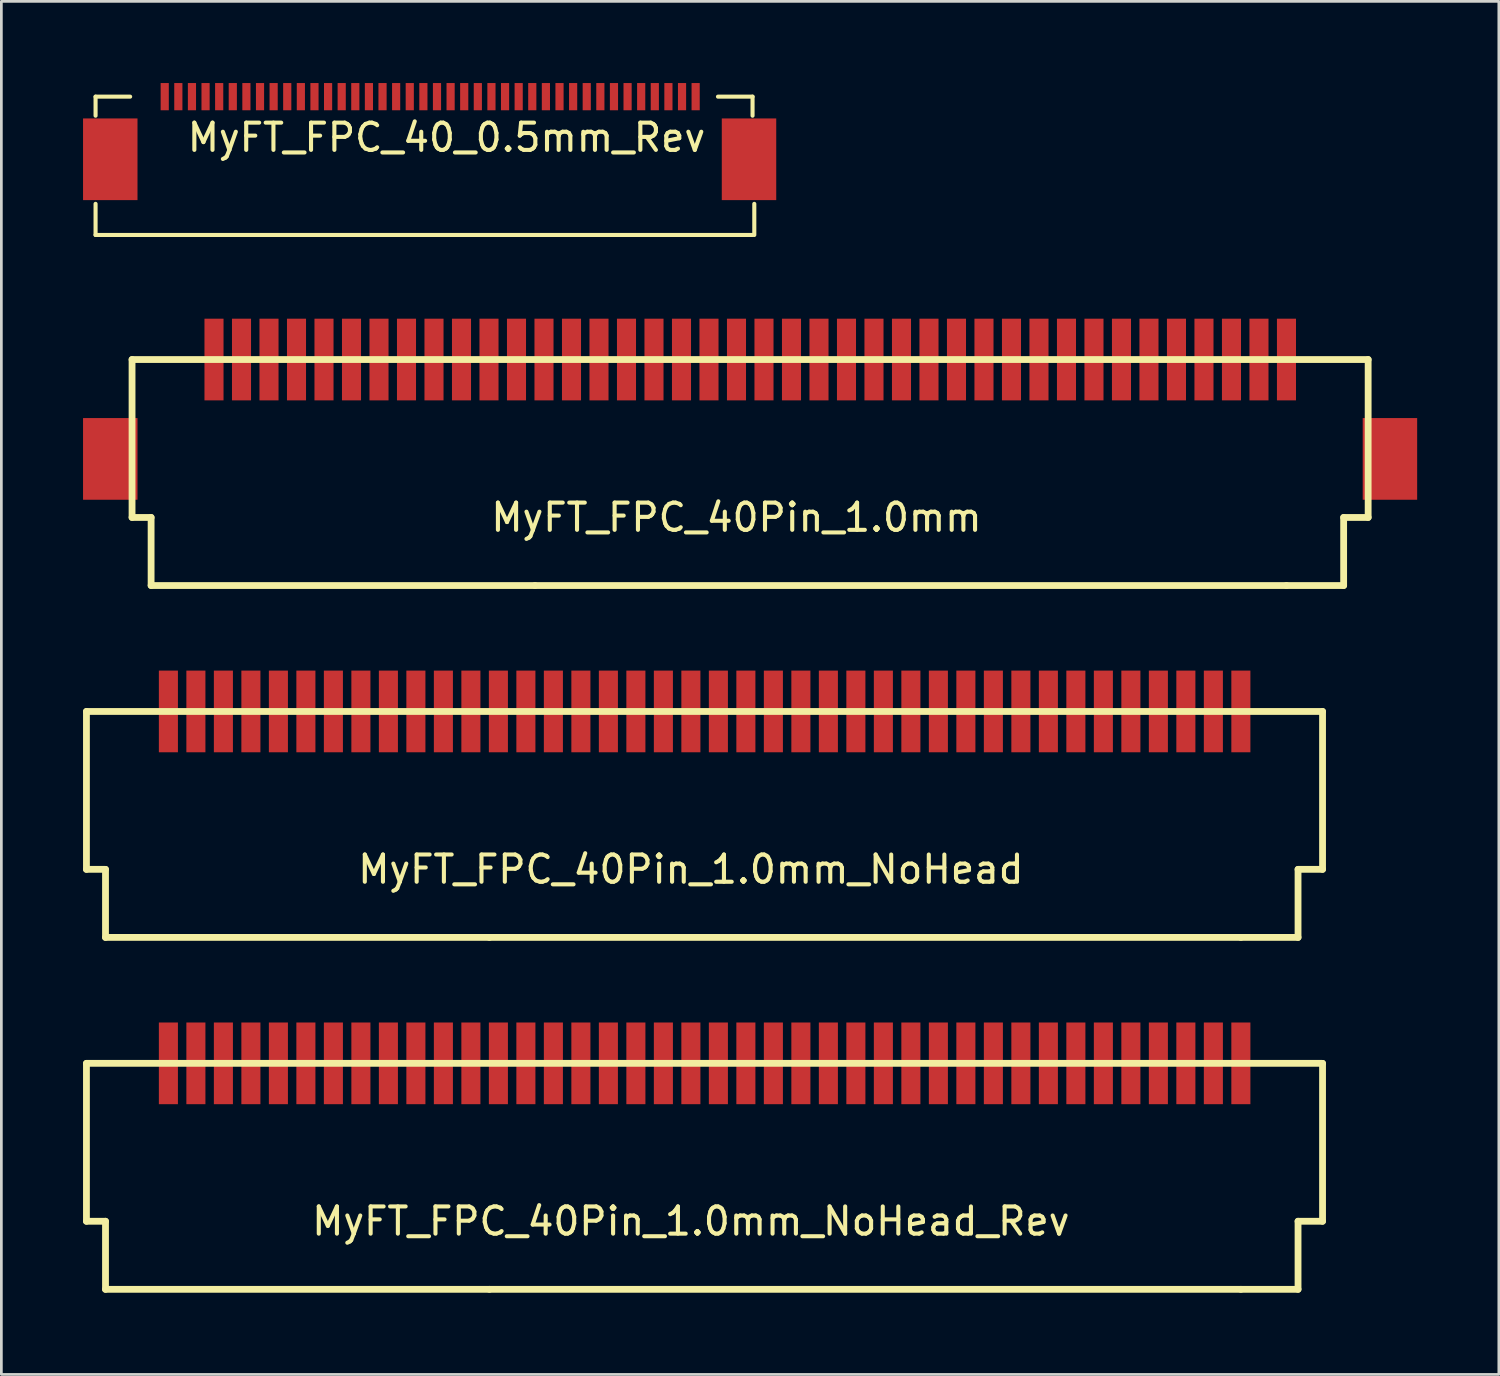
<source format=kicad_pcb>
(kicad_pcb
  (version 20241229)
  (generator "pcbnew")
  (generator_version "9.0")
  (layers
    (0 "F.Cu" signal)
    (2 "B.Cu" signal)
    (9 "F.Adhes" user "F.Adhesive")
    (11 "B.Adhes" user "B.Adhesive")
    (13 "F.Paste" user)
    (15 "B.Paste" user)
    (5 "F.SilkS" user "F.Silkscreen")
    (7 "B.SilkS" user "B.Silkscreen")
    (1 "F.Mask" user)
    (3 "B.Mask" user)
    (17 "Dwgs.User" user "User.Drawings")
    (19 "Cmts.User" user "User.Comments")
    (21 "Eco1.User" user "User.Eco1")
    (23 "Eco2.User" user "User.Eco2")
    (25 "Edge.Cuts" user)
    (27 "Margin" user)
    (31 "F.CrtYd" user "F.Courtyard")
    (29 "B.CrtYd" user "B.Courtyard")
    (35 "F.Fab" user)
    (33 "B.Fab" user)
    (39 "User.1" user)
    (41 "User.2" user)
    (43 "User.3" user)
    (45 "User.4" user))
  (footprint "MyFT_FPC_40Pin_1.0mm_NoHead_Rev"
    (layer "F.Cu")
    (at 22.325 36.005)
    (property "Reference" "MyFT_FPC_40Pin_1.0mm_NoHead_Rev" (at 0 5.8 0) (layer "F.SilkS") (effects (font (size 1 1) (thickness 0.15))))
    (attr through_hole)
    (fp_line (start -22.2 0) (end -22.2 5.8) (stroke (width 0.25) (type solid)) (layer "F.SilkS"))
    (fp_line (start -22.2 5.8) (end -21.5 5.8) (stroke (width 0.25) (type solid)) (layer "F.SilkS"))
    (fp_line (start -21.5 5.8) (end -21.5 8.3) (stroke (width 0.25) (type solid)) (layer "F.SilkS"))
    (fp_line (start -21.5 8.3) (end -7.4 8.3) (stroke (width 0.25) (type solid)) (layer "F.SilkS"))
    (fp_line (start -7.4 8.3) (end 20.2 8.3) (stroke (width 0.25) (type solid)) (layer "F.SilkS"))
    (fp_line (start 20.2 8.3) (end 22.3 8.3) (stroke (width 0.25) (type solid)) (layer "F.SilkS"))
    (fp_line (start 22.3 5.8) (end 23.2 5.8) (stroke (width 0.25) (type solid)) (layer "F.SilkS"))
    (fp_line (start 22.3 8.3) (end 22.3 5.8) (stroke (width 0.25) (type solid)) (layer "F.SilkS"))
    (fp_line (start 23.2 0) (end -22.2 0) (stroke (width 0.25) (type solid)) (layer "F.SilkS"))
    (fp_line (start 23.2 5.8) (end 23.2 0) (stroke (width 0.25) (type solid)) (layer "F.SilkS"))
    (pad "1" connect rect (at 20.2 0) (size 0.7 3) (layers "F.Cu" "F.Mask"))
    (pad "2" connect rect (at 19.19 0) (size 0.7 3) (layers "F.Cu" "F.Mask"))
    (pad "3" connect rect (at 18.18 0) (size 0.7 3) (layers "F.Cu" "F.Mask"))
    (pad "4" connect rect (at 17.17 0) (size 0.7 3) (layers "F.Cu" "F.Mask"))
    (pad "5" connect rect (at 16.16 0) (size 0.7 3) (layers "F.Cu" "F.Mask"))
    (pad "6" connect rect (at 15.15 0) (size 0.7 3) (layers "F.Cu" "F.Mask"))
    (pad "7" connect rect (at 14.14 0) (size 0.7 3) (layers "F.Cu" "F.Mask"))
    (pad "8" connect rect (at 13.13 0) (size 0.7 3) (layers "F.Cu" "F.Mask"))
    (pad "9" connect rect (at 12.12 0) (size 0.7 3) (layers "F.Cu" "F.Mask"))
    (pad "10" connect rect (at 11.11 0) (size 0.7 3) (layers "F.Cu" "F.Mask"))
    (pad "11" connect rect (at 10.1 0) (size 0.7 3) (layers "F.Cu" "F.Mask"))
    (pad "12" connect rect (at 9.09 0) (size 0.7 3) (layers "F.Cu" "F.Mask"))
    (pad "13" connect rect (at 8.08 0) (size 0.7 3) (layers "F.Cu" "F.Mask"))
    (pad "14" connect rect (at 7.07 0) (size 0.7 3) (layers "F.Cu" "F.Mask"))
    (pad "15" connect rect (at 6.06 0) (size 0.7 3) (layers "F.Cu" "F.Mask"))
    (pad "16" connect rect (at 5.05 0) (size 0.7 3) (layers "F.Cu" "F.Mask"))
    (pad "17" connect rect (at 4.04 0) (size 0.7 3) (layers "F.Cu" "F.Mask"))
    (pad "18" connect rect (at 3.03 0) (size 0.7 3) (layers "F.Cu" "F.Mask"))
    (pad "19" connect rect (at 2.02 0) (size 0.7 3) (layers "F.Cu" "F.Mask"))
    (pad "20" connect rect (at 1.01 0) (size 0.7 3) (layers "F.Cu" "F.Mask"))
    (pad "21" connect rect (at 0 0) (size 0.7 3) (layers "F.Cu" "F.Mask"))
    (pad "22" connect rect (at -1.01 0) (size 0.7 3) (layers "F.Cu" "F.Mask"))
    (pad "23" connect rect (at -2.02 0) (size 0.7 3) (layers "F.Cu" "F.Mask"))
    (pad "24" connect rect (at -3.03 0) (size 0.7 3) (layers "F.Cu" "F.Mask"))
    (pad "25" connect rect (at -4.04 0) (size 0.7 3) (layers "F.Cu" "F.Mask"))
    (pad "26" connect rect (at -5.05 0) (size 0.7 3) (layers "F.Cu" "F.Mask"))
    (pad "27" connect rect (at -6.06 0) (size 0.7 3) (layers "F.Cu" "F.Mask"))
    (pad "28" connect rect (at -7.07 0) (size 0.7 3) (layers "F.Cu" "F.Mask"))
    (pad "29" connect rect (at -8.08 0) (size 0.7 3) (layers "F.Cu" "F.Mask"))
    (pad "30" connect rect (at -9.09 0) (size 0.7 3) (layers "F.Cu" "F.Mask"))
    (pad "31" connect rect (at -10.1 0) (size 0.7 3) (layers "F.Cu" "F.Mask"))
    (pad "32" connect rect (at -11.11 0) (size 0.7 3) (layers "F.Cu" "F.Mask"))
    (pad "33" connect rect (at -12.12 0) (size 0.7 3) (layers "F.Cu" "F.Mask"))
    (pad "34" connect rect (at -13.13 0) (size 0.7 3) (layers "F.Cu" "F.Mask"))
    (pad "35" connect rect (at -14.14 0) (size 0.7 3) (layers "F.Cu" "F.Mask"))
    (pad "36" connect rect (at -15.15 0) (size 0.7 3) (layers "F.Cu" "F.Mask"))
    (pad "37" connect rect (at -16.16 0) (size 0.7 3) (layers "F.Cu" "F.Mask"))
    (pad "38" connect rect (at -17.17 0) (size 0.7 3) (layers "F.Cu" "F.Mask"))
    (pad "39" connect rect (at -18.18 0) (size 0.7 3) (layers "F.Cu" "F.Mask"))
    (pad "40" connect rect (at -19.19 0) (size 0.7 3) (layers "F.Cu" "F.Mask")))
  (footprint "MyFT_FPC_40Pin_1.0mm_NoHead"
    (layer "F.Cu")
    (at 22.325 23.08)
    (property "Reference" "MyFT_FPC_40Pin_1.0mm_NoHead" (at 0 5.8 0) (layer "F.SilkS") (effects (font (size 1 1) (thickness 0.15))))
    (attr through_hole)
    (fp_line (start -22.2 0) (end -22.2 5.8) (stroke (width 0.25) (type solid)) (layer "F.SilkS"))
    (fp_line (start -22.2 5.8) (end -21.5 5.8) (stroke (width 0.25) (type solid)) (layer "F.SilkS"))
    (fp_line (start -21.5 5.8) (end -21.5 8.3) (stroke (width 0.25) (type solid)) (layer "F.SilkS"))
    (fp_line (start -21.5 8.3) (end -7.4 8.3) (stroke (width 0.25) (type solid)) (layer "F.SilkS"))
    (fp_line (start -7.4 8.3) (end 20.2 8.3) (stroke (width 0.25) (type solid)) (layer "F.SilkS"))
    (fp_line (start 20.2 8.3) (end 22.3 8.3) (stroke (width 0.25) (type solid)) (layer "F.SilkS"))
    (fp_line (start 22.3 5.8) (end 23.2 5.8) (stroke (width 0.25) (type solid)) (layer "F.SilkS"))
    (fp_line (start 22.3 8.3) (end 22.3 5.8) (stroke (width 0.25) (type solid)) (layer "F.SilkS"))
    (fp_line (start 23.2 0) (end -22.2 0) (stroke (width 0.25) (type solid)) (layer "F.SilkS"))
    (fp_line (start 23.2 5.8) (end 23.2 0) (stroke (width 0.25) (type solid)) (layer "F.SilkS"))
    (pad "1" connect rect (at 20.2 0) (size 0.7 3) (layers "F.Cu" "F.Mask"))
    (pad "2" connect rect (at 19.19 0) (size 0.7 3) (layers "F.Cu" "F.Mask"))
    (pad "3" connect rect (at 18.18 0) (size 0.7 3) (layers "F.Cu" "F.Mask"))
    (pad "4" connect rect (at 17.17 0) (size 0.7 3) (layers "F.Cu" "F.Mask"))
    (pad "5" connect rect (at 16.16 0) (size 0.7 3) (layers "F.Cu" "F.Mask"))
    (pad "6" connect rect (at 15.15 0) (size 0.7 3) (layers "F.Cu" "F.Mask"))
    (pad "7" connect rect (at 14.14 0) (size 0.7 3) (layers "F.Cu" "F.Mask"))
    (pad "8" connect rect (at 13.13 0) (size 0.7 3) (layers "F.Cu" "F.Mask"))
    (pad "9" connect rect (at 12.12 0) (size 0.7 3) (layers "F.Cu" "F.Mask"))
    (pad "10" connect rect (at 11.11 0) (size 0.7 3) (layers "F.Cu" "F.Mask"))
    (pad "11" connect rect (at 10.1 0) (size 0.7 3) (layers "F.Cu" "F.Mask"))
    (pad "12" connect rect (at 9.09 0) (size 0.7 3) (layers "F.Cu" "F.Mask"))
    (pad "13" connect rect (at 8.08 0) (size 0.7 3) (layers "F.Cu" "F.Mask"))
    (pad "14" connect rect (at 7.07 0) (size 0.7 3) (layers "F.Cu" "F.Mask"))
    (pad "15" connect rect (at 6.06 0) (size 0.7 3) (layers "F.Cu" "F.Mask"))
    (pad "16" connect rect (at 5.05 0) (size 0.7 3) (layers "F.Cu" "F.Mask"))
    (pad "17" connect rect (at 4.04 0) (size 0.7 3) (layers "F.Cu" "F.Mask"))
    (pad "18" connect rect (at 3.03 0) (size 0.7 3) (layers "F.Cu" "F.Mask"))
    (pad "19" connect rect (at 2.02 0) (size 0.7 3) (layers "F.Cu" "F.Mask"))
    (pad "20" connect rect (at 1.01 0) (size 0.7 3) (layers "F.Cu" "F.Mask"))
    (pad "21" connect rect (at 0 0) (size 0.7 3) (layers "F.Cu" "F.Mask"))
    (pad "22" connect rect (at -1.01 0) (size 0.7 3) (layers "F.Cu" "F.Mask"))
    (pad "23" connect rect (at -2.02 0) (size 0.7 3) (layers "F.Cu" "F.Mask"))
    (pad "24" connect rect (at -3.03 0) (size 0.7 3) (layers "F.Cu" "F.Mask"))
    (pad "25" connect rect (at -4.04 0) (size 0.7 3) (layers "F.Cu" "F.Mask"))
    (pad "26" connect rect (at -5.05 0) (size 0.7 3) (layers "F.Cu" "F.Mask"))
    (pad "27" connect rect (at -6.06 0) (size 0.7 3) (layers "F.Cu" "F.Mask"))
    (pad "28" connect rect (at -7.07 0) (size 0.7 3) (layers "F.Cu" "F.Mask"))
    (pad "29" connect rect (at -8.08 0) (size 0.7 3) (layers "F.Cu" "F.Mask"))
    (pad "30" connect rect (at -9.09 0) (size 0.7 3) (layers "F.Cu" "F.Mask"))
    (pad "31" connect rect (at -10.1 0) (size 0.7 3) (layers "F.Cu" "F.Mask"))
    (pad "32" connect rect (at -11.11 0) (size 0.7 3) (layers "F.Cu" "F.Mask"))
    (pad "33" connect rect (at -12.12 0) (size 0.7 3) (layers "F.Cu" "F.Mask"))
    (pad "34" connect rect (at -13.13 0) (size 0.7 3) (layers "F.Cu" "F.Mask"))
    (pad "35" connect rect (at -14.14 0) (size 0.7 3) (layers "F.Cu" "F.Mask"))
    (pad "36" connect rect (at -15.15 0) (size 0.7 3) (layers "F.Cu" "F.Mask"))
    (pad "37" connect rect (at -16.16 0) (size 0.7 3) (layers "F.Cu" "F.Mask"))
    (pad "38" connect rect (at -17.17 0) (size 0.7 3) (layers "F.Cu" "F.Mask"))
    (pad "39" connect rect (at -18.18 0) (size 0.7 3) (layers "F.Cu" "F.Mask"))
    (pad "40" connect rect (at -19.19 0) (size 0.7 3) (layers "F.Cu" "F.Mask")))
  (footprint "MyFT_FPC_40_0.5mm_Rev"
    (layer "F.Cu")
    (at 3 0.5)
    (property "Reference" "MyFT_FPC_40_0.5mm_Rev" (at 10.35 1.5 0) (layer "F.SilkS") (effects (font (size 1 1) (thickness 0.15))))
    (attr through_hole)
    (fp_line (start -2.54 0) (end -2.54 0.7) (stroke (width 0.15) (type solid)) (layer "F.SilkS"))
    (fp_line (start -2.54 3.937) (end -2.54 5.08) (stroke (width 0.15) (type solid)) (layer "F.SilkS"))
    (fp_line (start -2.54 5.08) (end 21.59 5.08) (stroke (width 0.15) (type solid)) (layer "F.SilkS"))
    (fp_line (start -1.27 0) (end -2.54 0) (stroke (width 0.15) (type solid)) (layer "F.SilkS"))
    (fp_line (start 21.59 0) (end 20.32 0) (stroke (width 0.15) (type solid)) (layer "F.SilkS"))
    (fp_line (start 21.59 0.7) (end 21.59 0) (stroke (width 0.15) (type solid)) (layer "F.SilkS"))
    (fp_line (start 21.654 5.08) (end 21.654 3.937) (stroke (width 0.15) (type solid)) (layer "F.SilkS"))
    (pad "1" smd trapezoid (at 0 0) (size 0.3 1) (layers "F.Cu" "F.Mask" "F.Paste"))
    (pad "2" smd trapezoid (at 0.5 0) (size 0.3 1) (layers "F.Cu" "F.Mask" "F.Paste"))
    (pad "3" smd trapezoid (at 1 0) (size 0.3 1) (layers "F.Cu" "F.Mask" "F.Paste"))
    (pad "4" smd trapezoid (at 1.5 0) (size 0.3 1) (layers "F.Cu" "F.Mask" "F.Paste"))
    (pad "5" smd trapezoid (at 2 0) (size 0.3 1) (layers "F.Cu" "F.Mask" "F.Paste"))
    (pad "6" smd trapezoid (at 2.5 0) (size 0.3 1) (layers "F.Cu" "F.Mask" "F.Paste"))
    (pad "7" smd trapezoid (at 3 0) (size 0.3 1) (layers "F.Cu" "F.Mask" "F.Paste"))
    (pad "8" smd trapezoid (at 3.5 0) (size 0.3 1) (layers "F.Cu" "F.Mask" "F.Paste"))
    (pad "9" smd trapezoid (at 4 0) (size 0.3 1) (layers "F.Cu" "F.Mask" "F.Paste"))
    (pad "10" smd trapezoid (at 4.5 0) (size 0.3 1) (layers "F.Cu" "F.Mask" "F.Paste"))
    (pad "11" smd trapezoid (at 5 0) (size 0.3 1) (layers "F.Cu" "F.Mask" "F.Paste"))
    (pad "12" smd trapezoid (at 5.5 0) (size 0.3 1) (layers "F.Cu" "F.Mask" "F.Paste"))
    (pad "13" smd trapezoid (at 6 0) (size 0.3 1) (layers "F.Cu" "F.Mask" "F.Paste"))
    (pad "14" smd trapezoid (at 6.5 0) (size 0.3 1) (layers "F.Cu" "F.Mask" "F.Paste"))
    (pad "15" smd trapezoid (at 7 0) (size 0.3 1) (layers "F.Cu" "F.Mask" "F.Paste"))
    (pad "16" smd trapezoid (at 7.5 0) (size 0.3 1) (layers "F.Cu" "F.Mask" "F.Paste"))
    (pad "17" smd trapezoid (at 8 0) (size 0.3 1) (layers "F.Cu" "F.Mask" "F.Paste"))
    (pad "18" smd trapezoid (at 8.5 0) (size 0.3 1) (layers "F.Cu" "F.Mask" "F.Paste"))
    (pad "19" smd trapezoid (at 9 0) (size 0.3 1) (layers "F.Cu" "F.Mask" "F.Paste"))
    (pad "20" smd trapezoid (at 9.5 0) (size 0.3 1) (layers "F.Cu" "F.Mask" "F.Paste"))
    (pad "21" smd trapezoid (at 10 0) (size 0.3 1) (layers "F.Cu" "F.Mask" "F.Paste"))
    (pad "22" smd trapezoid (at 10.5 0) (size 0.3 1) (layers "F.Cu" "F.Mask" "F.Paste"))
    (pad "23" smd trapezoid (at 11 0) (size 0.3 1) (layers "F.Cu" "F.Mask" "F.Paste"))
    (pad "24" smd trapezoid (at 11.5 0) (size 0.3 1) (layers "F.Cu" "F.Mask" "F.Paste"))
    (pad "25" smd trapezoid (at 12 0) (size 0.3 1) (layers "F.Cu" "F.Mask" "F.Paste"))
    (pad "26" smd trapezoid (at 12.5 0) (size 0.3 1) (layers "F.Cu" "F.Mask" "F.Paste"))
    (pad "27" smd trapezoid (at 13 0) (size 0.3 1) (layers "F.Cu" "F.Mask" "F.Paste"))
    (pad "28" smd trapezoid (at 13.5 0) (size 0.3 1) (layers "F.Cu" "F.Mask" "F.Paste"))
    (pad "29" smd trapezoid (at 14 0) (size 0.3 1) (layers "F.Cu" "F.Mask" "F.Paste"))
    (pad "30" smd trapezoid (at 14.5 0) (size 0.3 1) (layers "F.Cu" "F.Mask" "F.Paste"))
    (pad "31" smd trapezoid (at 15 0) (size 0.3 1) (layers "F.Cu" "F.Mask" "F.Paste"))
    (pad "32" smd trapezoid (at 15.5 0) (size 0.3 1) (layers "F.Cu" "F.Mask" "F.Paste"))
    (pad "33" smd trapezoid (at 16 0) (size 0.3 1) (layers "F.Cu" "F.Mask" "F.Paste"))
    (pad "34" smd trapezoid (at 16.5 0) (size 0.3 1) (layers "F.Cu" "F.Mask" "F.Paste"))
    (pad "35" smd trapezoid (at 17 0) (size 0.3 1) (layers "F.Cu" "F.Mask" "F.Paste"))
    (pad "36" smd trapezoid (at 17.5 0) (size 0.3 1) (layers "F.Cu" "F.Mask" "F.Paste"))
    (pad "37" smd trapezoid (at 18 0) (size 0.3 1) (layers "F.Cu" "F.Mask" "F.Paste"))
    (pad "38" smd trapezoid (at 18.5 0) (size 0.3 1) (layers "F.Cu" "F.Mask" "F.Paste"))
    (pad "39" smd trapezoid (at 19 0) (size 0.3 1) (layers "F.Cu" "F.Mask" "F.Paste"))
    (pad "40" smd trapezoid (at 19.5 0) (size 0.3 1) (layers "F.Cu" "F.Mask" "F.Paste"))
    (pad "46" smd trapezoid (at -2 2.3) (size 2 3) (layers "F.Cu" "F.Mask" "F.Paste"))
    (pad "46" smd trapezoid (at 21.46 2.3) (size 2 3) (layers "F.Cu" "F.Mask" "F.Paste")))
  (footprint "MyFT_FPC_40Pin_1.0mm"
    (layer "F.Cu")
    (at 24 10.155)
    (property "Reference" "MyFT_FPC_40Pin_1.0mm" (at 0 5.8 0) (layer "F.SilkS") (effects (font (size 1 1) (thickness 0.15))))
    (attr through_hole)
    (fp_line (start -22.2 0) (end -22.2 5.8) (stroke (width 0.25) (type solid)) (layer "F.SilkS"))
    (fp_line (start -22.2 5.8) (end -21.5 5.8) (stroke (width 0.25) (type solid)) (layer "F.SilkS"))
    (fp_line (start -21.5 5.8) (end -21.5 8.3) (stroke (width 0.25) (type solid)) (layer "F.SilkS"))
    (fp_line (start -21.5 8.3) (end -7.4 8.3) (stroke (width 0.25) (type solid)) (layer "F.SilkS"))
    (fp_line (start -7.4 8.3) (end 20.2 8.3) (stroke (width 0.25) (type solid)) (layer "F.SilkS"))
    (fp_line (start 20.2 8.3) (end 22.3 8.3) (stroke (width 0.25) (type solid)) (layer "F.SilkS"))
    (fp_line (start 22.3 5.8) (end 23.2 5.8) (stroke (width 0.25) (type solid)) (layer "F.SilkS"))
    (fp_line (start 22.3 8.3) (end 22.3 5.8) (stroke (width 0.25) (type solid)) (layer "F.SilkS"))
    (fp_line (start 23.2 0) (end -22.2 0) (stroke (width 0.25) (type solid)) (layer "F.SilkS"))
    (fp_line (start 23.2 5.8) (end 23.2 0) (stroke (width 0.25) (type solid)) (layer "F.SilkS"))
    (pad "1" connect rect (at -19.19 0) (size 0.7 3) (layers "F.Cu" "F.Mask"))
    (pad "2" connect rect (at -18.18 0) (size 0.7 3) (layers "F.Cu" "F.Mask"))
    (pad "3" connect rect (at -17.17 0) (size 0.7 3) (layers "F.Cu" "F.Mask"))
    (pad "4" connect rect (at -16.16 0) (size 0.7 3) (layers "F.Cu" "F.Mask"))
    (pad "5" connect rect (at -15.15 0) (size 0.7 3) (layers "F.Cu" "F.Mask"))
    (pad "6" connect rect (at -14.14 0) (size 0.7 3) (layers "F.Cu" "F.Mask"))
    (pad "7" connect rect (at -13.13 0) (size 0.7 3) (layers "F.Cu" "F.Mask"))
    (pad "8" connect rect (at -12.12 0) (size 0.7 3) (layers "F.Cu" "F.Mask"))
    (pad "9" connect rect (at -11.11 0) (size 0.7 3) (layers "F.Cu" "F.Mask"))
    (pad "10" connect rect (at -10.1 0) (size 0.7 3) (layers "F.Cu" "F.Mask"))
    (pad "11" connect rect (at -9.09 0) (size 0.7 3) (layers "F.Cu" "F.Mask"))
    (pad "12" connect rect (at -8.08 0) (size 0.7 3) (layers "F.Cu" "F.Mask"))
    (pad "13" connect rect (at -7.07 0) (size 0.7 3) (layers "F.Cu" "F.Mask"))
    (pad "14" connect rect (at -6.06 0) (size 0.7 3) (layers "F.Cu" "F.Mask"))
    (pad "15" connect rect (at -5.05 0) (size 0.7 3) (layers "F.Cu" "F.Mask"))
    (pad "16" connect rect (at -4.04 0) (size 0.7 3) (layers "F.Cu" "F.Mask"))
    (pad "17" connect rect (at -3.03 0) (size 0.7 3) (layers "F.Cu" "F.Mask"))
    (pad "18" connect rect (at -2.02 0) (size 0.7 3) (layers "F.Cu" "F.Mask"))
    (pad "19" connect rect (at -1.01 0) (size 0.7 3) (layers "F.Cu" "F.Mask"))
    (pad "20" connect rect (at 0 0) (size 0.7 3) (layers "F.Cu" "F.Mask"))
    (pad "21" connect rect (at 1.01 0) (size 0.7 3) (layers "F.Cu" "F.Mask"))
    (pad "22" connect rect (at 2.02 0) (size 0.7 3) (layers "F.Cu" "F.Mask"))
    (pad "23" connect rect (at 3.03 0) (size 0.7 3) (layers "F.Cu" "F.Mask"))
    (pad "24" connect rect (at 4.04 0) (size 0.7 3) (layers "F.Cu" "F.Mask"))
    (pad "25" connect rect (at 5.05 0) (size 0.7 3) (layers "F.Cu" "F.Mask"))
    (pad "26" connect rect (at 6.06 0) (size 0.7 3) (layers "F.Cu" "F.Mask"))
    (pad "27" connect rect (at 7.07 0) (size 0.7 3) (layers "F.Cu" "F.Mask"))
    (pad "28" connect rect (at 8.08 0) (size 0.7 3) (layers "F.Cu" "F.Mask"))
    (pad "29" connect rect (at 9.09 0) (size 0.7 3) (layers "F.Cu" "F.Mask"))
    (pad "30" connect rect (at 10.1 0) (size 0.7 3) (layers "F.Cu" "F.Mask"))
    (pad "31" connect rect (at 11.11 0) (size 0.7 3) (layers "F.Cu" "F.Mask"))
    (pad "32" connect rect (at 12.12 0) (size 0.7 3) (layers "F.Cu" "F.Mask"))
    (pad "33" connect rect (at 13.13 0) (size 0.7 3) (layers "F.Cu" "F.Mask"))
    (pad "34" connect rect (at 14.14 0) (size 0.7 3) (layers "F.Cu" "F.Mask"))
    (pad "35" connect rect (at 15.15 0) (size 0.7 3) (layers "F.Cu" "F.Mask"))
    (pad "36" connect rect (at 16.16 0) (size 0.7 3) (layers "F.Cu" "F.Mask"))
    (pad "37" connect rect (at 17.17 0) (size 0.7 3) (layers "F.Cu" "F.Mask"))
    (pad "38" connect rect (at 18.18 0) (size 0.7 3) (layers "F.Cu" "F.Mask"))
    (pad "39" connect rect (at 19.19 0) (size 0.7 3) (layers "F.Cu" "F.Mask"))
    (pad "40" connect rect (at 20.2 0) (size 0.7 3) (layers "F.Cu" "F.Mask"))
    (pad "41" connect rect (at 24 3.65) (size 2 3) (layers "F.Cu" "F.Mask"))
    (pad "42" connect rect (at -23 3.65) (size 2 3) (layers "F.Cu" "F.Mask")))
  (gr_rect
    (start -3 -3)
    (end 52 47.43)
    (stroke (width 0.1) (type default))
    (fill no)
    (layer "Edge.Cuts")))
</source>
